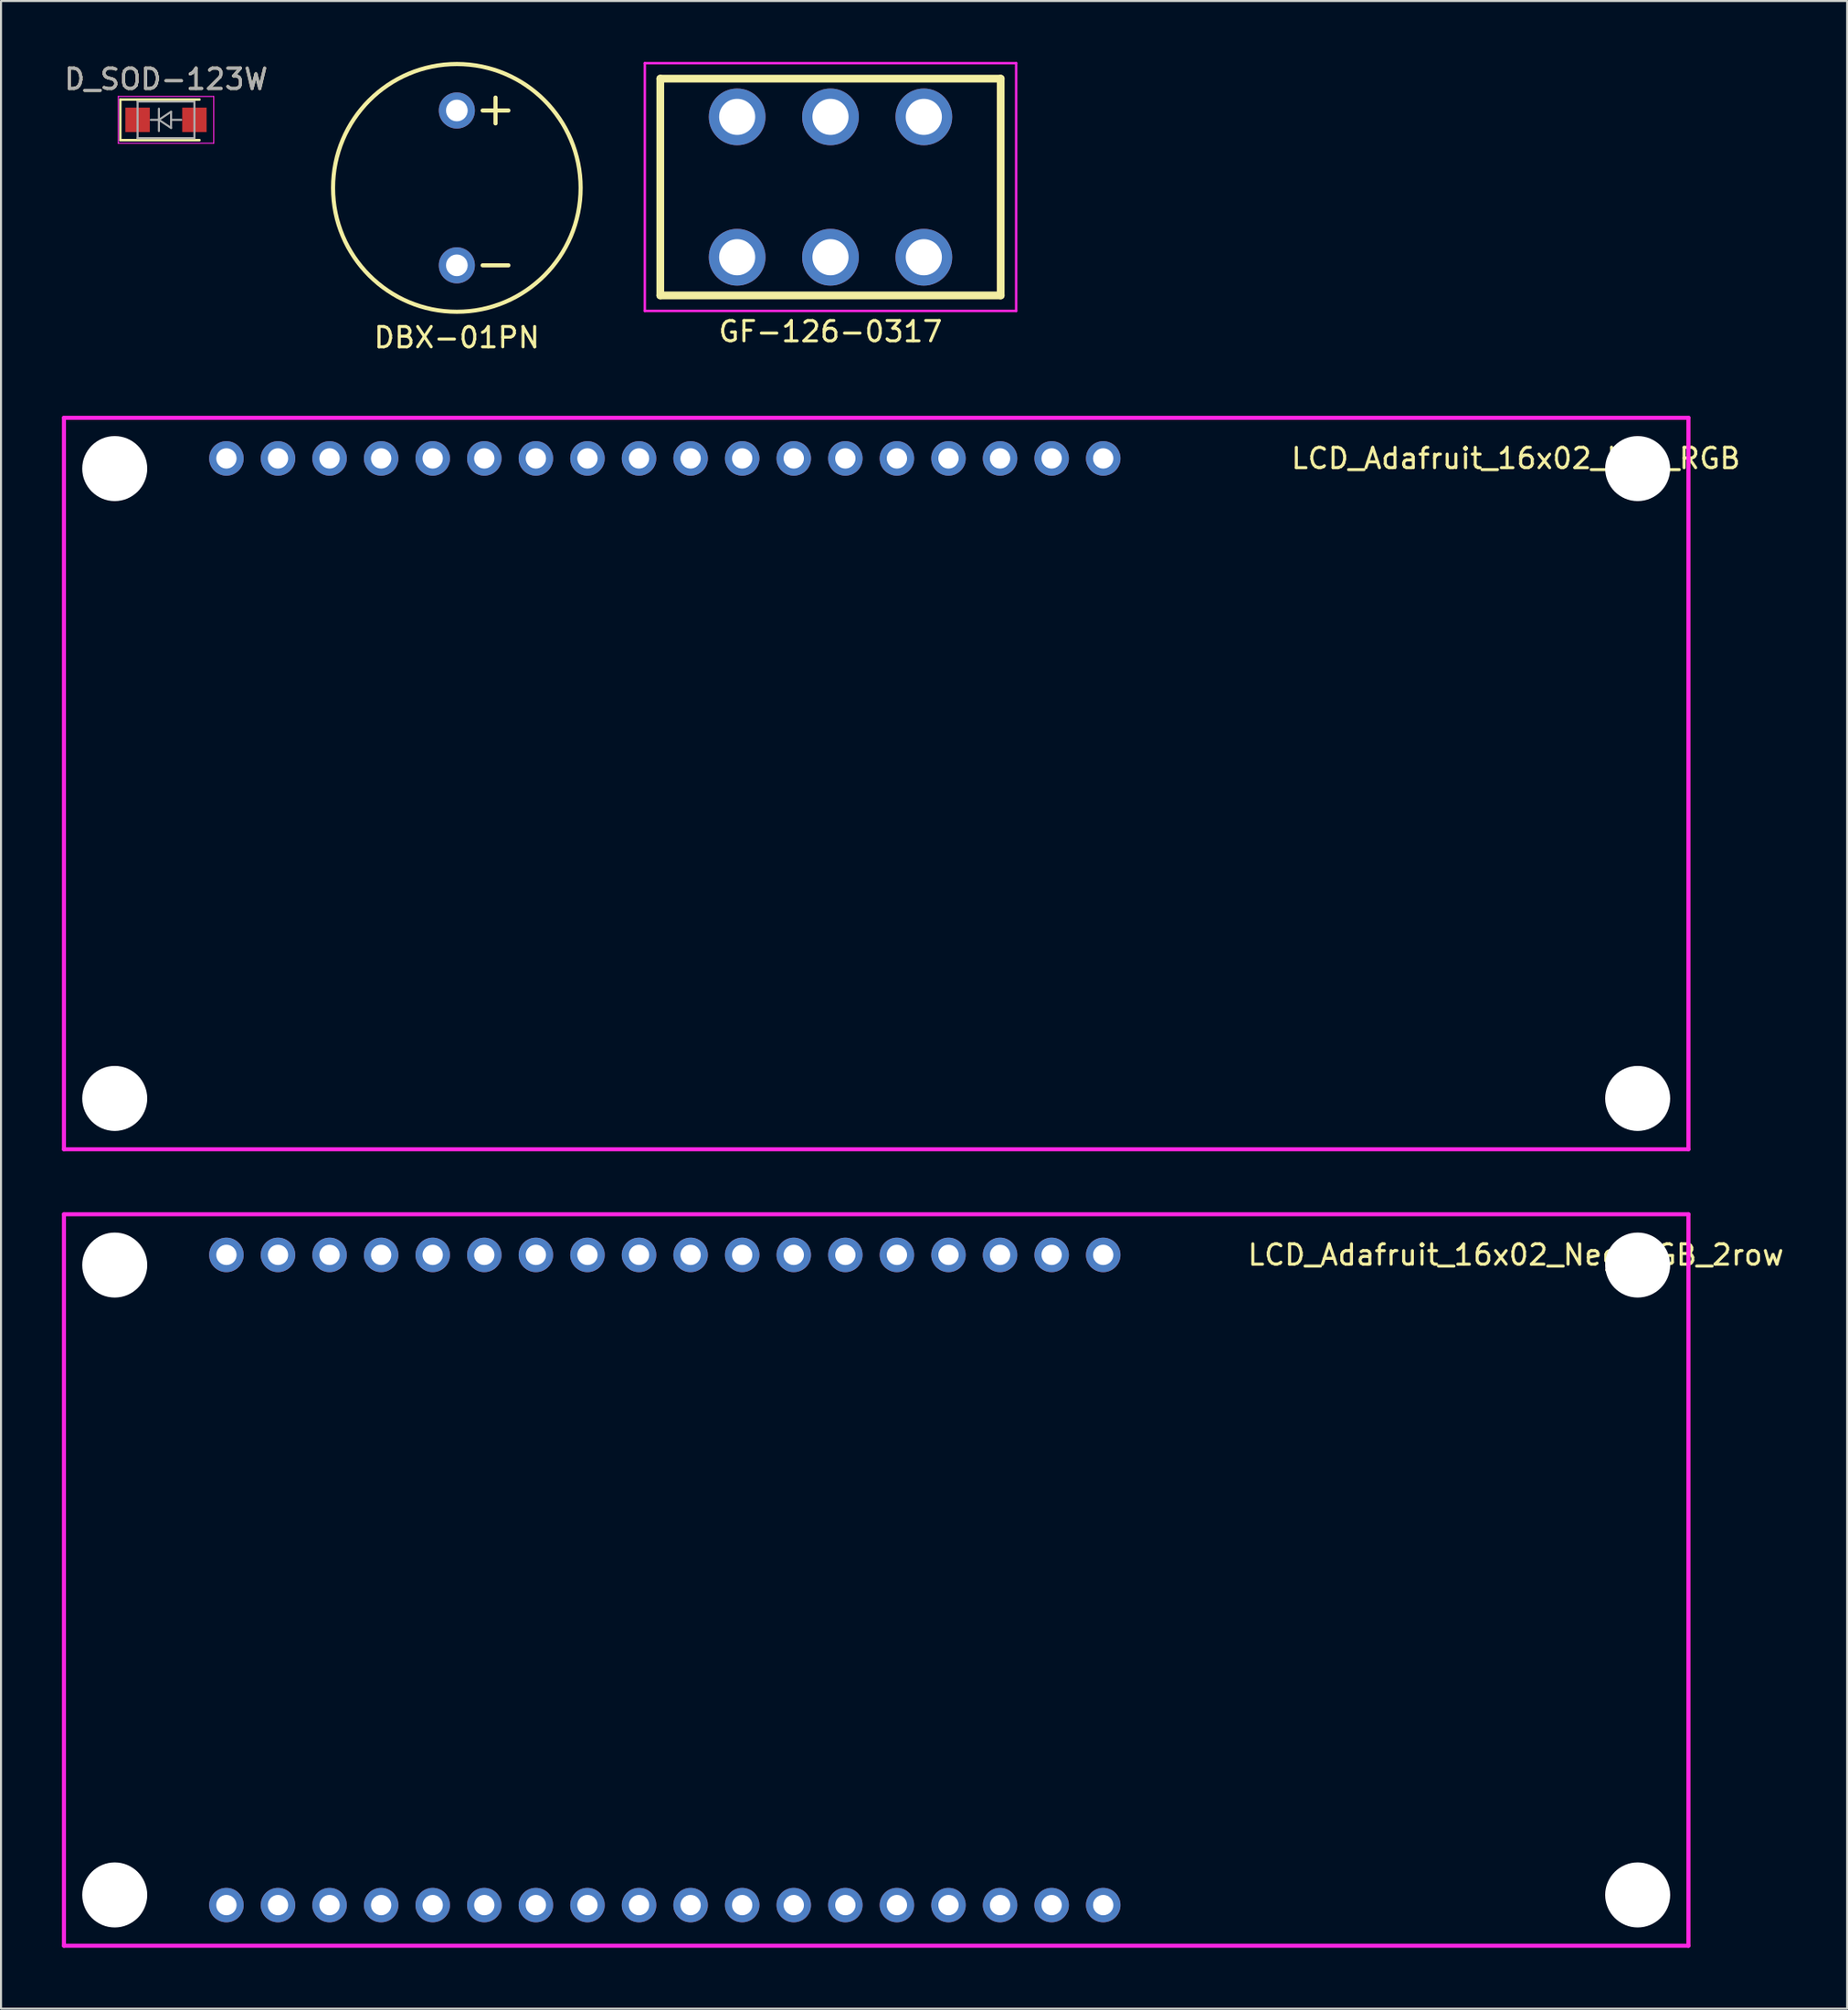
<source format=kicad_pcb>
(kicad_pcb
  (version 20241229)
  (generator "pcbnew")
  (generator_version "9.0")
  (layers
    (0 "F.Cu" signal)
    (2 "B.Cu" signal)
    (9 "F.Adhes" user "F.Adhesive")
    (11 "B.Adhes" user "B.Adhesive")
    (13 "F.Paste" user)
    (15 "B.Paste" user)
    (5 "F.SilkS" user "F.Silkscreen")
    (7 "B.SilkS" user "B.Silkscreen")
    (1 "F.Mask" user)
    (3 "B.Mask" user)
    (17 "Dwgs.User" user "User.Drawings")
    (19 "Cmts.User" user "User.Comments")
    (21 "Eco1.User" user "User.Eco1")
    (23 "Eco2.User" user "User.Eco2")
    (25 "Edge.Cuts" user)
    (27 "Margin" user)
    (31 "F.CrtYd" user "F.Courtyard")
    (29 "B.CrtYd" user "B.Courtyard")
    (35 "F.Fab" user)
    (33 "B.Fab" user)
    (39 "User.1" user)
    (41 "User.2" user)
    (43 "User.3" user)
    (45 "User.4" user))
  (footprint "LCD_Adafruit_16x02_Neg_RGB"
    (layer "F.Cu")
    (at 8.1 19.512)
    (property "Reference" "LCD_Adafruit_16x02_Neg_RGB" (at 63.5 0 0) (layer "F.SilkS") (effects (font (size 1 1) (thickness 0.15))))
    (attr through_hole)
    (fp_line (start -8 -2) (end -8 34) (stroke (width 0.2) (type solid)) (layer "F.CrtYd"))
    (fp_line (start -8 -2) (end 72 -2) (stroke (width 0.2) (type solid)) (layer "F.CrtYd"))
    (fp_line (start -8 34) (end 72 34) (stroke (width 0.2) (type solid)) (layer "F.CrtYd"))
    (fp_line (start 72 -2) (end 72 34) (stroke (width 0.2) (type solid)) (layer "F.CrtYd"))
    (pad "" np_thru_hole circle (at -5.5 0.5) (size 3.2 3.2) (drill 3.2) (layers "*.Cu" "*.Mask"))
    (pad "" np_thru_hole circle (at -5.5 31.5) (size 3.2 3.2) (drill 3.2) (layers "*.Cu" "*.Mask"))
    (pad "" np_thru_hole circle (at 69.5 0.5) (size 3.2 3.2) (drill 3.2) (layers "*.Cu" "*.Mask"))
    (pad "" np_thru_hole circle (at 69.5 31.5) (size 3.2 3.2) (drill 3.2) (layers "*.Cu" "*.Mask"))
    (pad "1" thru_hole circle (at 0 0) (size 1.7 1.7) (drill 1) (layers "*.Cu" "*.Mask"))
    (pad "2" thru_hole circle (at 2.54 0) (size 1.7 1.7) (drill 1) (layers "*.Cu" "*.Mask"))
    (pad "3" thru_hole circle (at 5.08 0) (size 1.7 1.7) (drill 1) (layers "*.Cu" "*.Mask"))
    (pad "4" thru_hole circle (at 7.62 0) (size 1.7 1.7) (drill 1) (layers "*.Cu" "*.Mask"))
    (pad "5" thru_hole circle (at 10.16 0) (size 1.7 1.7) (drill 1) (layers "*.Cu" "*.Mask"))
    (pad "6" thru_hole circle (at 12.7 0) (size 1.7 1.7) (drill 1) (layers "*.Cu" "*.Mask"))
    (pad "7" thru_hole circle (at 15.24 0) (size 1.7 1.7) (drill 1) (layers "*.Cu" "*.Mask"))
    (pad "8" thru_hole circle (at 17.78 0) (size 1.7 1.7) (drill 1) (layers "*.Cu" "*.Mask"))
    (pad "9" thru_hole circle (at 20.32 0) (size 1.7 1.7) (drill 1) (layers "*.Cu" "*.Mask"))
    (pad "10" thru_hole circle (at 22.86 0) (size 1.7 1.7) (drill 1) (layers "*.Cu" "*.Mask"))
    (pad "11" thru_hole circle (at 25.4 0) (size 1.7 1.7) (drill 1) (layers "*.Cu" "*.Mask"))
    (pad "12" thru_hole circle (at 27.94 0) (size 1.7 1.7) (drill 1) (layers "*.Cu" "*.Mask"))
    (pad "13" thru_hole circle (at 30.48 0) (size 1.7 1.7) (drill 1) (layers "*.Cu" "*.Mask"))
    (pad "14" thru_hole circle (at 33.02 0) (size 1.7 1.7) (drill 1) (layers "*.Cu" "*.Mask"))
    (pad "15" thru_hole circle (at 35.56 0) (size 1.7 1.7) (drill 1) (layers "*.Cu" "*.Mask"))
    (pad "16" thru_hole circle (at 38.1 0) (size 1.7 1.7) (drill 1) (layers "*.Cu" "*.Mask"))
    (pad "17" thru_hole circle (at 40.64 0) (size 1.7 1.7) (drill 1) (layers "*.Cu" "*.Mask"))
    (pad "18" thru_hole circle (at 43.18 0) (size 1.7 1.7) (drill 1) (layers "*.Cu" "*.Mask")))
  (footprint "LCD_Adafruit_16x02_Neg_RGB_2row"
    (layer "F.Cu")
    (at 8.1 58.712)
    (property "Reference" "LCD_Adafruit_16x02_Neg_RGB_2row" (at 63.5 0 0) (layer "F.SilkS") (effects (font (size 1 1) (thickness 0.15))))
    (attr through_hole)
    (fp_line (start -8 -2) (end -8 34) (stroke (width 0.2) (type solid)) (layer "F.CrtYd"))
    (fp_line (start -8 -2) (end 72 -2) (stroke (width 0.2) (type solid)) (layer "F.CrtYd"))
    (fp_line (start -8 34) (end 72 34) (stroke (width 0.2) (type solid)) (layer "F.CrtYd"))
    (fp_line (start 72 -2) (end 72 34) (stroke (width 0.2) (type solid)) (layer "F.CrtYd"))
    (pad "" np_thru_hole circle (at -5.5 0.5) (size 3.2 3.2) (drill 3.2) (layers "*.Cu" "*.Mask"))
    (pad "" np_thru_hole circle (at -5.5 31.5) (size 3.2 3.2) (drill 3.2) (layers "*.Cu" "*.Mask"))
    (pad "" np_thru_hole circle (at 69.5 0.5) (size 3.2 3.2) (drill 3.2) (layers "*.Cu" "*.Mask"))
    (pad "" np_thru_hole circle (at 69.5 31.5) (size 3.2 3.2) (drill 3.2) (layers "*.Cu" "*.Mask"))
    (pad "1" thru_hole circle (at 0 0) (size 1.7 1.7) (drill 1) (layers "*.Cu" "*.Mask"))
    (pad "1" thru_hole circle (at 0 32) (size 1.7 1.7) (drill 1) (layers "*.Cu" "*.Mask"))
    (pad "2" thru_hole circle (at 2.54 0) (size 1.7 1.7) (drill 1) (layers "*.Cu" "*.Mask"))
    (pad "2" thru_hole circle (at 2.54 32) (size 1.7 1.7) (drill 1) (layers "*.Cu" "*.Mask"))
    (pad "3" thru_hole circle (at 5.08 0) (size 1.7 1.7) (drill 1) (layers "*.Cu" "*.Mask"))
    (pad "3" thru_hole circle (at 5.08 32) (size 1.7 1.7) (drill 1) (layers "*.Cu" "*.Mask"))
    (pad "4" thru_hole circle (at 7.62 0) (size 1.7 1.7) (drill 1) (layers "*.Cu" "*.Mask"))
    (pad "4" thru_hole circle (at 7.62 32) (size 1.7 1.7) (drill 1) (layers "*.Cu" "*.Mask"))
    (pad "5" thru_hole circle (at 10.16 0) (size 1.7 1.7) (drill 1) (layers "*.Cu" "*.Mask"))
    (pad "5" thru_hole circle (at 10.16 32) (size 1.7 1.7) (drill 1) (layers "*.Cu" "*.Mask"))
    (pad "6" thru_hole circle (at 12.7 0) (size 1.7 1.7) (drill 1) (layers "*.Cu" "*.Mask"))
    (pad "6" thru_hole circle (at 12.7 32) (size 1.7 1.7) (drill 1) (layers "*.Cu" "*.Mask"))
    (pad "7" thru_hole circle (at 15.24 0) (size 1.7 1.7) (drill 1) (layers "*.Cu" "*.Mask"))
    (pad "7" thru_hole circle (at 15.24 32) (size 1.7 1.7) (drill 1) (layers "*.Cu" "*.Mask"))
    (pad "8" thru_hole circle (at 17.78 0) (size 1.7 1.7) (drill 1) (layers "*.Cu" "*.Mask"))
    (pad "8" thru_hole circle (at 17.78 32) (size 1.7 1.7) (drill 1) (layers "*.Cu" "*.Mask"))
    (pad "9" thru_hole circle (at 20.32 0) (size 1.7 1.7) (drill 1) (layers "*.Cu" "*.Mask"))
    (pad "9" thru_hole circle (at 20.32 32) (size 1.7 1.7) (drill 1) (layers "*.Cu" "*.Mask"))
    (pad "10" thru_hole circle (at 22.86 0) (size 1.7 1.7) (drill 1) (layers "*.Cu" "*.Mask"))
    (pad "10" thru_hole circle (at 22.86 32) (size 1.7 1.7) (drill 1) (layers "*.Cu" "*.Mask"))
    (pad "11" thru_hole circle (at 25.4 0) (size 1.7 1.7) (drill 1) (layers "*.Cu" "*.Mask"))
    (pad "11" thru_hole circle (at 25.4 32) (size 1.7 1.7) (drill 1) (layers "*.Cu" "*.Mask"))
    (pad "12" thru_hole circle (at 27.94 0) (size 1.7 1.7) (drill 1) (layers "*.Cu" "*.Mask"))
    (pad "12" thru_hole circle (at 27.94 32) (size 1.7 1.7) (drill 1) (layers "*.Cu" "*.Mask"))
    (pad "13" thru_hole circle (at 30.48 0) (size 1.7 1.7) (drill 1) (layers "*.Cu" "*.Mask"))
    (pad "13" thru_hole circle (at 30.48 32) (size 1.7 1.7) (drill 1) (layers "*.Cu" "*.Mask"))
    (pad "14" thru_hole circle (at 33.02 0) (size 1.7 1.7) (drill 1) (layers "*.Cu" "*.Mask"))
    (pad "14" thru_hole circle (at 33.02 32) (size 1.7 1.7) (drill 1) (layers "*.Cu" "*.Mask"))
    (pad "15" thru_hole circle (at 35.56 0) (size 1.7 1.7) (drill 1) (layers "*.Cu" "*.Mask"))
    (pad "15" thru_hole circle (at 35.56 32) (size 1.7 1.7) (drill 1) (layers "*.Cu" "*.Mask"))
    (pad "16" thru_hole circle (at 38.1 0) (size 1.7 1.7) (drill 1) (layers "*.Cu" "*.Mask"))
    (pad "16" thru_hole circle (at 38.1 32) (size 1.7 1.7) (drill 1) (layers "*.Cu" "*.Mask"))
    (pad "17" thru_hole circle (at 40.64 0) (size 1.7 1.7) (drill 1) (layers "*.Cu" "*.Mask"))
    (pad "17" thru_hole circle (at 40.64 32) (size 1.7 1.7) (drill 1) (layers "*.Cu" "*.Mask"))
    (pad "18" thru_hole circle (at 43.18 0) (size 1.7 1.7) (drill 1) (layers "*.Cu" "*.Mask"))
    (pad "18" thru_hole circle (at 43.18 32) (size 1.7 1.7) (drill 1) (layers "*.Cu" "*.Mask")))
  (footprint "DBX-01PN"
    (layer "F.Cu")
    (at 19.448 6.198)
    (property "Reference" "DBX-01PN" (at 0 7.366 0) (layer "F.SilkS") (effects (font (size 1 1) (thickness 0.15))))
    (attr through_hole)
    (fp_line (start 1.27 -3.81) (end 2.54 -3.81) (stroke (width 0.203) (type solid)) (layer "F.SilkS"))
    (fp_line (start 1.27 3.81) (end 2.54 3.81) (stroke (width 0.203) (type solid)) (layer "F.SilkS"))
    (fp_line (start 1.905 -4.445) (end 1.905 -3.175) (stroke (width 0.203) (type solid)) (layer "F.SilkS"))
    (fp_circle (center 0 0) (end 6.096 0) (stroke (width 0.203) (type solid)) (fill no) (layer "F.SilkS"))
    (pad "1" thru_hole circle (at 0 -3.81) (size 1.778 1.778) (drill 1.067) (layers "*.Cu" "*.Mask"))
    (pad "2" thru_hole circle (at 0 3.81) (size 1.778 1.778) (drill 1.067) (layers "*.Cu" "*.Mask")))
  (footprint "D_SOD-123W"
    (layer "F.Cu")
    (at 5.125 2.848)
    (property "Reference" "D_SOD-123W" (at 0 -2 0) (layer "F.SilkS") (effects (font (size 1 1) (thickness 0.15))))
    (attr smd)
    (fp_line (start -2.25 -1) (end -2.25 1) (stroke (width 0.12) (type solid)) (layer "F.SilkS"))
    (fp_line (start -2.25 -1) (end 1.65 -1) (stroke (width 0.12) (type solid)) (layer "F.SilkS"))
    (fp_line (start -2.25 1) (end 1.65 1) (stroke (width 0.12) (type solid)) (layer "F.SilkS"))
    (fp_line (start -2.35 -1.15) (end -2.35 1.15) (stroke (width 0.05) (type solid)) (layer "F.CrtYd"))
    (fp_line (start -2.35 -1.15) (end 2.35 -1.15) (stroke (width 0.05) (type solid)) (layer "F.CrtYd"))
    (fp_line (start 2.35 -1.15) (end 2.35 1.15) (stroke (width 0.05) (type solid)) (layer "F.CrtYd"))
    (fp_line (start 2.35 1.15) (end -2.35 1.15) (stroke (width 0.05) (type solid)) (layer "F.CrtYd"))
    (fp_line (start -1.4 -0.9) (end 1.4 -0.9) (stroke (width 0.1) (type solid)) (layer "F.Fab"))
    (fp_line (start -1.4 0.9) (end -1.4 -0.9) (stroke (width 0.1) (type solid)) (layer "F.Fab"))
    (fp_line (start -0.75 0) (end -0.35 0) (stroke (width 0.1) (type solid)) (layer "F.Fab"))
    (fp_line (start -0.35 0) (end -0.35 -0.55) (stroke (width 0.1) (type solid)) (layer "F.Fab"))
    (fp_line (start -0.35 0) (end -0.35 0.55) (stroke (width 0.1) (type solid)) (layer "F.Fab"))
    (fp_line (start -0.35 0) (end 0.25 -0.4) (stroke (width 0.1) (type solid)) (layer "F.Fab"))
    (fp_line (start 0.25 -0.4) (end 0.25 0.4) (stroke (width 0.1) (type solid)) (layer "F.Fab"))
    (fp_line (start 0.25 0) (end 0.75 0) (stroke (width 0.1) (type solid)) (layer "F.Fab"))
    (fp_line (start 0.25 0.4) (end -0.35 0) (stroke (width 0.1) (type solid)) (layer "F.Fab"))
    (fp_line (start 1.4 -0.9) (end 1.4 0.9) (stroke (width 0.1) (type solid)) (layer "F.Fab"))
    (fp_line (start 1.4 0.9) (end -1.4 0.9) (stroke (width 0.1) (type solid)) (layer "F.Fab"))
    (fp_text user "${REFERENCE}" (at 0 -2 0) (layer "F.Fab") (effects (font (size 1 1) (thickness 0.15))))
    (pad "1" smd rect (at -1.4 0) (size 1.2 1.2) (layers "F.Cu" "F.Mask" "F.Paste"))
    (pad "2" smd rect (at 1.4 0) (size 1.2 1.2) (layers "F.Cu" "F.Mask" "F.Paste")))
  (footprint "GF-126-0317"
    (layer "F.Cu")
    (at 37.849 6.156)
    (property "Reference" "GF-126-0317" (at 0 7.112 0) (layer "F.SilkS") (effects (font (size 1 1) (thickness 0.15))))
    (attr through_hole)
    (fp_line (start -8.382 -5.334) (end -8.382 5.334) (stroke (width 0.381) (type solid)) (layer "F.SilkS"))
    (fp_line (start -8.382 -5.334) (end 8.382 -5.334) (stroke (width 0.381) (type solid)) (layer "F.SilkS"))
    (fp_line (start -8.382 5.334) (end 8.382 5.334) (stroke (width 0.381) (type solid)) (layer "F.SilkS"))
    (fp_line (start 8.382 -5.334) (end 8.382 5.334) (stroke (width 0.381) (type solid)) (layer "F.SilkS"))
    (fp_line (start -9.144 -6.096) (end -9.144 6.096) (stroke (width 0.12) (type solid)) (layer "F.CrtYd"))
    (fp_line (start -9.144 6.096) (end 9.144 6.096) (stroke (width 0.12) (type solid)) (layer "F.CrtYd"))
    (fp_line (start 9.144 -6.096) (end -9.144 -6.096) (stroke (width 0.12) (type solid)) (layer "F.CrtYd"))
    (fp_line (start 9.144 6.096) (end 9.144 -6.096) (stroke (width 0.12) (type solid)) (layer "F.CrtYd"))
    (pad "1" thru_hole circle (at -4.597 -3.454) (size 2.794 2.794) (drill 1.778) (layers "*.Cu" "*.Mask"))
    (pad "2" thru_hole circle (at 0 -3.454) (size 2.794 2.794) (drill 1.778) (layers "*.Cu" "*.Mask"))
    (pad "3" thru_hole circle (at 4.597 -3.454) (size 2.794 2.794) (drill 1.778) (layers "*.Cu" "*.Mask"))
    (pad "4" thru_hole circle (at -4.597 3.454) (size 2.794 2.794) (drill 1.778) (layers "*.Cu" "*.Mask"))
    (pad "5" thru_hole circle (at 0 3.454) (size 2.794 2.794) (drill 1.778) (layers "*.Cu" "*.Mask"))
    (pad "6" thru_hole circle (at 4.597 3.454) (size 2.794 2.794) (drill 1.778) (layers "*.Cu" "*.Mask")))
  (gr_rect
    (start -3 -3)
    (end 87.915 95.812)
    (stroke (width 0.1) (type default))
    (fill no)
    (layer "Edge.Cuts")))
</source>
